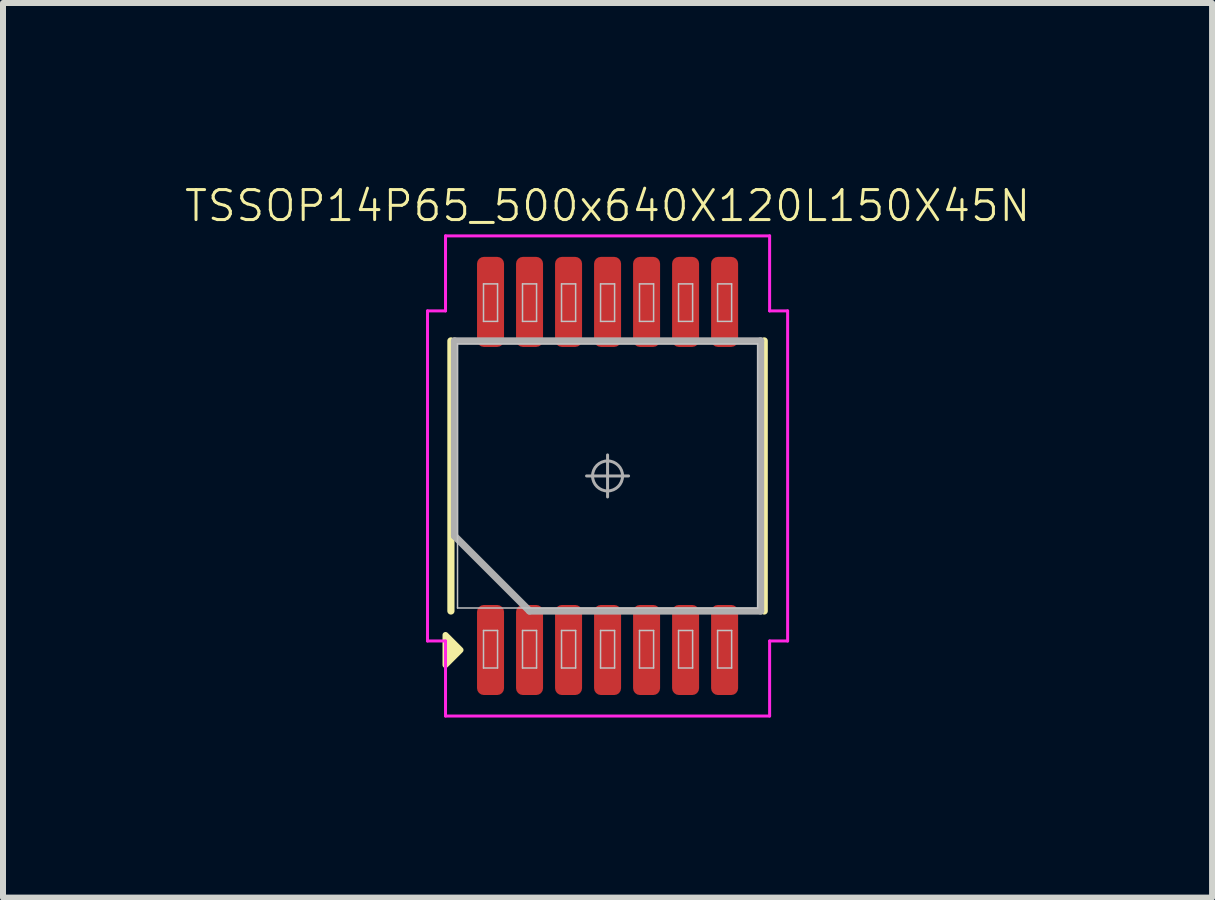
<source format=kicad_pcb>
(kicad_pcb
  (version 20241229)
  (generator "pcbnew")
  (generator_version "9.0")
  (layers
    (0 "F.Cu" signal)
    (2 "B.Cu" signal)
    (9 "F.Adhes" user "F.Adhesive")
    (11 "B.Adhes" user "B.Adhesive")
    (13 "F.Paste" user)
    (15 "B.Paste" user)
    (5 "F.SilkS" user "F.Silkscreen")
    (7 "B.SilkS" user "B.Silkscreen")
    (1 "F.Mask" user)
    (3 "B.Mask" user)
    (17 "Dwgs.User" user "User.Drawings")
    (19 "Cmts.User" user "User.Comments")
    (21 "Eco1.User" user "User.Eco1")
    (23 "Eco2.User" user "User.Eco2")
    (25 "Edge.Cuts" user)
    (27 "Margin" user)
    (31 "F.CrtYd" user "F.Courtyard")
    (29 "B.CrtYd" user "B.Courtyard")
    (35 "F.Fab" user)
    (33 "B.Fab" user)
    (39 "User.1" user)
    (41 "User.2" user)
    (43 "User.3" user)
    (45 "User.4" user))
  (footprint "TSSOP14P65_500x640X120L150X45N"
    (layer "F.Cu")
    (at 7.073 4.88)
    (property "Reference" "TSSOP14P65_500x640X120L150X45N" (at 0 -4.5 0) (layer "F.SilkS") (effects (font (size 0.5 0.5) (thickness 0.05))))
    (attr smd)
    (fp_line (start -2.61 2.25) (end -2.61 -2.25) (stroke (width 0.12) (type solid)) (layer "F.SilkS"))
    (fp_line (start 2.61 2.25) (end 2.61 -2.25) (stroke (width 0.12) (type solid)) (layer "F.SilkS"))
    (fp_poly (pts (xy -2.45 2.9) (xy -2.7 3.15) (xy -2.7 2.65)) (stroke (width 0.1) (type solid)) (fill yes) (layer "F.SilkS"))
    (fp_line (start -2.5 -2.2) (end 2.5 -2.2) (stroke (width 0.025) (type solid)) (layer "Dwgs.User"))
    (fp_line (start -2.5 2.2) (end -2.5 -2.2) (stroke (width 0.025) (type solid)) (layer "Dwgs.User"))
    (fp_line (start -2.067 -3.2) (end -1.833 -3.2) (stroke (width 0.025) (type solid)) (layer "Dwgs.User"))
    (fp_line (start -2.067 -2.575) (end -2.067 -3.2) (stroke (width 0.025) (type solid)) (layer "Dwgs.User"))
    (fp_line (start -2.067 2.575) (end -1.833 2.575) (stroke (width 0.025) (type solid)) (layer "Dwgs.User"))
    (fp_line (start -2.067 3.2) (end -2.067 2.575) (stroke (width 0.025) (type solid)) (layer "Dwgs.User"))
    (fp_line (start -1.833 -3.2) (end -1.833 -2.575) (stroke (width 0.025) (type solid)) (layer "Dwgs.User"))
    (fp_line (start -1.833 -2.575) (end -2.067 -2.575) (stroke (width 0.025) (type solid)) (layer "Dwgs.User"))
    (fp_line (start -1.833 2.575) (end -1.833 3.2) (stroke (width 0.025) (type solid)) (layer "Dwgs.User"))
    (fp_line (start -1.833 3.2) (end -2.067 3.2) (stroke (width 0.025) (type solid)) (layer "Dwgs.User"))
    (fp_line (start -1.417 -3.2) (end -1.183 -3.2) (stroke (width 0.025) (type solid)) (layer "Dwgs.User"))
    (fp_line (start -1.417 -2.575) (end -1.417 -3.2) (stroke (width 0.025) (type solid)) (layer "Dwgs.User"))
    (fp_line (start -1.417 2.575) (end -1.183 2.575) (stroke (width 0.025) (type solid)) (layer "Dwgs.User"))
    (fp_line (start -1.417 3.2) (end -1.417 2.575) (stroke (width 0.025) (type solid)) (layer "Dwgs.User"))
    (fp_line (start -1.183 -3.2) (end -1.183 -2.575) (stroke (width 0.025) (type solid)) (layer "Dwgs.User"))
    (fp_line (start -1.183 -2.575) (end -1.417 -2.575) (stroke (width 0.025) (type solid)) (layer "Dwgs.User"))
    (fp_line (start -1.183 2.575) (end -1.183 3.2) (stroke (width 0.025) (type solid)) (layer "Dwgs.User"))
    (fp_line (start -1.183 3.2) (end -1.417 3.2) (stroke (width 0.025) (type solid)) (layer "Dwgs.User"))
    (fp_line (start -0.767 -3.2) (end -0.532 -3.2) (stroke (width 0.025) (type solid)) (layer "Dwgs.User"))
    (fp_line (start -0.767 -2.575) (end -0.767 -3.2) (stroke (width 0.025) (type solid)) (layer "Dwgs.User"))
    (fp_line (start -0.767 2.575) (end -0.532 2.575) (stroke (width 0.025) (type solid)) (layer "Dwgs.User"))
    (fp_line (start -0.767 3.2) (end -0.767 2.575) (stroke (width 0.025) (type solid)) (layer "Dwgs.User"))
    (fp_line (start -0.532 -3.2) (end -0.532 -2.575) (stroke (width 0.025) (type solid)) (layer "Dwgs.User"))
    (fp_line (start -0.532 -2.575) (end -0.767 -2.575) (stroke (width 0.025) (type solid)) (layer "Dwgs.User"))
    (fp_line (start -0.532 2.575) (end -0.532 3.2) (stroke (width 0.025) (type solid)) (layer "Dwgs.User"))
    (fp_line (start -0.532 3.2) (end -0.767 3.2) (stroke (width 0.025) (type solid)) (layer "Dwgs.User"))
    (fp_line (start -0.117 -3.2) (end 0.117 -3.2) (stroke (width 0.025) (type solid)) (layer "Dwgs.User"))
    (fp_line (start -0.117 -2.575) (end -0.117 -3.2) (stroke (width 0.025) (type solid)) (layer "Dwgs.User"))
    (fp_line (start -0.117 2.575) (end 0.117 2.575) (stroke (width 0.025) (type solid)) (layer "Dwgs.User"))
    (fp_line (start -0.117 3.2) (end -0.117 2.575) (stroke (width 0.025) (type solid)) (layer "Dwgs.User"))
    (fp_line (start 0.117 -3.2) (end 0.117 -2.575) (stroke (width 0.025) (type solid)) (layer "Dwgs.User"))
    (fp_line (start 0.117 -2.575) (end -0.117 -2.575) (stroke (width 0.025) (type solid)) (layer "Dwgs.User"))
    (fp_line (start 0.117 2.575) (end 0.117 3.2) (stroke (width 0.025) (type solid)) (layer "Dwgs.User"))
    (fp_line (start 0.117 3.2) (end -0.117 3.2) (stroke (width 0.025) (type solid)) (layer "Dwgs.User"))
    (fp_line (start 0.532 -3.2) (end 0.767 -3.2) (stroke (width 0.025) (type solid)) (layer "Dwgs.User"))
    (fp_line (start 0.532 -2.575) (end 0.532 -3.2) (stroke (width 0.025) (type solid)) (layer "Dwgs.User"))
    (fp_line (start 0.532 2.575) (end 0.767 2.575) (stroke (width 0.025) (type solid)) (layer "Dwgs.User"))
    (fp_line (start 0.532 3.2) (end 0.532 2.575) (stroke (width 0.025) (type solid)) (layer "Dwgs.User"))
    (fp_line (start 0.767 -3.2) (end 0.767 -2.575) (stroke (width 0.025) (type solid)) (layer "Dwgs.User"))
    (fp_line (start 0.767 -2.575) (end 0.532 -2.575) (stroke (width 0.025) (type solid)) (layer "Dwgs.User"))
    (fp_line (start 0.767 2.575) (end 0.767 3.2) (stroke (width 0.025) (type solid)) (layer "Dwgs.User"))
    (fp_line (start 0.767 3.2) (end 0.532 3.2) (stroke (width 0.025) (type solid)) (layer "Dwgs.User"))
    (fp_line (start 1.183 -3.2) (end 1.417 -3.2) (stroke (width 0.025) (type solid)) (layer "Dwgs.User"))
    (fp_line (start 1.183 -2.575) (end 1.183 -3.2) (stroke (width 0.025) (type solid)) (layer "Dwgs.User"))
    (fp_line (start 1.183 2.575) (end 1.417 2.575) (stroke (width 0.025) (type solid)) (layer "Dwgs.User"))
    (fp_line (start 1.183 3.2) (end 1.183 2.575) (stroke (width 0.025) (type solid)) (layer "Dwgs.User"))
    (fp_line (start 1.417 -3.2) (end 1.417 -2.575) (stroke (width 0.025) (type solid)) (layer "Dwgs.User"))
    (fp_line (start 1.417 -2.575) (end 1.183 -2.575) (stroke (width 0.025) (type solid)) (layer "Dwgs.User"))
    (fp_line (start 1.417 2.575) (end 1.417 3.2) (stroke (width 0.025) (type solid)) (layer "Dwgs.User"))
    (fp_line (start 1.417 3.2) (end 1.183 3.2) (stroke (width 0.025) (type solid)) (layer "Dwgs.User"))
    (fp_line (start 1.833 -3.2) (end 2.067 -3.2) (stroke (width 0.025) (type solid)) (layer "Dwgs.User"))
    (fp_line (start 1.833 -2.575) (end 1.833 -3.2) (stroke (width 0.025) (type solid)) (layer "Dwgs.User"))
    (fp_line (start 1.833 2.575) (end 2.067 2.575) (stroke (width 0.025) (type solid)) (layer "Dwgs.User"))
    (fp_line (start 1.833 3.2) (end 1.833 2.575) (stroke (width 0.025) (type solid)) (layer "Dwgs.User"))
    (fp_line (start 2.067 -3.2) (end 2.067 -2.575) (stroke (width 0.025) (type solid)) (layer "Dwgs.User"))
    (fp_line (start 2.067 -2.575) (end 1.833 -2.575) (stroke (width 0.025) (type solid)) (layer "Dwgs.User"))
    (fp_line (start 2.067 2.575) (end 2.067 3.2) (stroke (width 0.025) (type solid)) (layer "Dwgs.User"))
    (fp_line (start 2.067 3.2) (end 1.833 3.2) (stroke (width 0.025) (type solid)) (layer "Dwgs.User"))
    (fp_line (start 2.5 -2.2) (end 2.5 2.2) (stroke (width 0.025) (type solid)) (layer "Dwgs.User"))
    (fp_line (start 2.5 2.2) (end -2.5 2.2) (stroke (width 0.025) (type solid)) (layer "Dwgs.User"))
    (fp_line (start -3 -2.75) (end -3 2.75) (stroke (width 0.05) (type solid)) (layer "F.CrtYd"))
    (fp_line (start -3 -2.75) (end -2.7 -2.75) (stroke (width 0.05) (type solid)) (layer "F.CrtYd"))
    (fp_line (start -3 2.75) (end -2.7 2.75) (stroke (width 0.05) (type solid)) (layer "F.CrtYd"))
    (fp_line (start -2.7 -2.75) (end -2.7 -4) (stroke (width 0.05) (type solid)) (layer "F.CrtYd"))
    (fp_line (start -2.7 2.75) (end -2.7 4) (stroke (width 0.05) (type solid)) (layer "F.CrtYd"))
    (fp_line (start -2.7 4) (end 2.7 4) (stroke (width 0.05) (type solid)) (layer "F.CrtYd"))
    (fp_line (start 2.7 -4) (end -2.7 -4) (stroke (width 0.05) (type solid)) (layer "F.CrtYd"))
    (fp_line (start 2.7 -2.75) (end 2.7 -4) (stroke (width 0.05) (type solid)) (layer "F.CrtYd"))
    (fp_line (start 2.7 2.75) (end 2.7 4) (stroke (width 0.05) (type solid)) (layer "F.CrtYd"))
    (fp_line (start 3 -2.75) (end 2.7 -2.75) (stroke (width 0.05) (type solid)) (layer "F.CrtYd"))
    (fp_line (start 3 2.75) (end 2.7 2.75) (stroke (width 0.05) (type solid)) (layer "F.CrtYd"))
    (fp_line (start 3 2.75) (end 3 -2.75) (stroke (width 0.05) (type solid)) (layer "F.CrtYd"))
    (fp_line (start -2.55 -2.25) (end 2.55 -2.25) (stroke (width 0.12) (type solid)) (layer "F.Fab"))
    (fp_line (start -2.55 1) (end -2.55 -2.25) (stroke (width 0.12) (type solid)) (layer "F.Fab"))
    (fp_line (start -1.3 2.25) (end -2.55 1) (stroke (width 0.12) (type solid)) (layer "F.Fab"))
    (fp_line (start -0.35 0) (end 0.35 0) (stroke (width 0.05) (type solid)) (layer "F.Fab"))
    (fp_line (start 0 -0.35) (end 0 0.35) (stroke (width 0.05) (type solid)) (layer "F.Fab"))
    (fp_line (start 2.55 -2.25) (end 2.55 2.25) (stroke (width 0.12) (type solid)) (layer "F.Fab"))
    (fp_line (start 2.55 2.25) (end -1.3 2.25) (stroke (width 0.12) (type solid)) (layer "F.Fab"))
    (fp_circle (center 0 0) (end 0.25 0) (stroke (width 0.05) (type solid)) (fill no) (layer "F.Fab"))
    (pad "1" smd roundrect (at -1.95 2.9 90) (size 1.5 0.45) (layers "F.Cu" "F.Mask" "F.Paste") (roundrect_rratio 0.251))
    (pad "2" smd roundrect (at -1.3 2.9 90) (size 1.5 0.45) (layers "F.Cu" "F.Mask" "F.Paste") (roundrect_rratio 0.251))
    (pad "3" smd roundrect (at -0.65 2.9 90) (size 1.5 0.45) (layers "F.Cu" "F.Mask" "F.Paste") (roundrect_rratio 0.251))
    (pad "4" smd roundrect (at 0 2.9 90) (size 1.5 0.45) (layers "F.Cu" "F.Mask" "F.Paste") (roundrect_rratio 0.251))
    (pad "5" smd roundrect (at 0.65 2.9 90) (size 1.5 0.45) (layers "F.Cu" "F.Mask" "F.Paste") (roundrect_rratio 0.251))
    (pad "6" smd roundrect (at 1.3 2.9 90) (size 1.5 0.45) (layers "F.Cu" "F.Mask" "F.Paste") (roundrect_rratio 0.251))
    (pad "7" smd roundrect (at 1.95 2.9 90) (size 1.5 0.45) (layers "F.Cu" "F.Mask" "F.Paste") (roundrect_rratio 0.251))
    (pad "8" smd roundrect (at 1.95 -2.9 90) (size 1.5 0.45) (layers "F.Cu" "F.Mask" "F.Paste") (roundrect_rratio 0.251))
    (pad "9" smd roundrect (at 1.3 -2.9 90) (size 1.5 0.45) (layers "F.Cu" "F.Mask" "F.Paste") (roundrect_rratio 0.251))
    (pad "10" smd roundrect (at 0.65 -2.9 90) (size 1.5 0.45) (layers "F.Cu" "F.Mask" "F.Paste") (roundrect_rratio 0.251))
    (pad "11" smd roundrect (at 0 -2.9 90) (size 1.5 0.45) (layers "F.Cu" "F.Mask" "F.Paste") (roundrect_rratio 0.251))
    (pad "12" smd roundrect (at -0.65 -2.9 90) (size 1.5 0.45) (layers "F.Cu" "F.Mask" "F.Paste") (roundrect_rratio 0.251))
    (pad "13" smd roundrect (at -1.3 -2.9 90) (size 1.5 0.45) (layers "F.Cu" "F.Mask" "F.Paste") (roundrect_rratio 0.251))
    (pad "14" smd roundrect (at -1.95 -2.9 90) (size 1.5 0.45) (layers "F.Cu" "F.Mask" "F.Paste") (roundrect_rratio 0.251)))
  (gr_rect
    (start -3 -3)
    (end 17.145 11.905)
    (stroke (width 0.1) (type default))
    (fill no)
    (layer "Edge.Cuts")))
</source>
